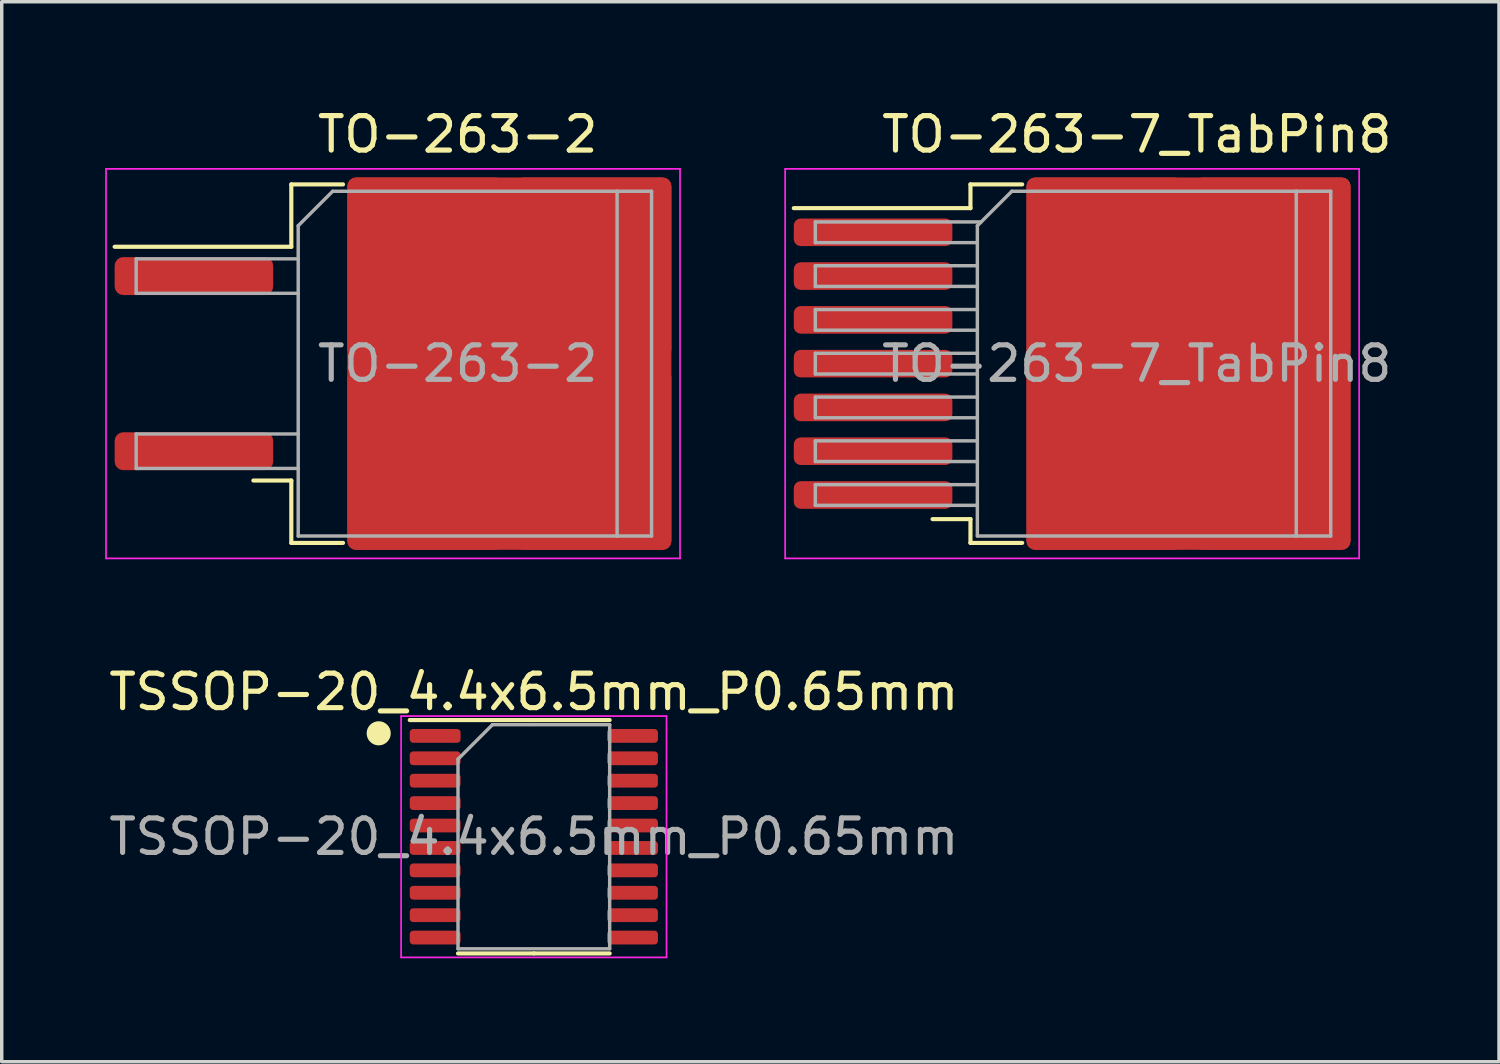
<source format=kicad_pcb>
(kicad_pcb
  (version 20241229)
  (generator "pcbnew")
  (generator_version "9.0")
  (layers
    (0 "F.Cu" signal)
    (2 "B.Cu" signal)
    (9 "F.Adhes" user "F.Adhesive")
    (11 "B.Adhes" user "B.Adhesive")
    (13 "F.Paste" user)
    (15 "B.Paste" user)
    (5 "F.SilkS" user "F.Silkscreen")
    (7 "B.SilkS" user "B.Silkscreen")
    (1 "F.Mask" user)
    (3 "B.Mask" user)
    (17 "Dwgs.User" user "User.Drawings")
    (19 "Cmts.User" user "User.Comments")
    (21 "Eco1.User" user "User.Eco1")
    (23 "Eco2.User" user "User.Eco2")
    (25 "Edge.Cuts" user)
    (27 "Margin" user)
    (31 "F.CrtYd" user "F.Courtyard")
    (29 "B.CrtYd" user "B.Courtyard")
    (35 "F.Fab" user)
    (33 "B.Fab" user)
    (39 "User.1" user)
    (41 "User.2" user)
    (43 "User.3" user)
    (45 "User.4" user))
  (footprint "TO-263-2"
    (layer "F.Cu")
    (at 10.225 7.498)
    (property "Reference" "TO-263-2" (at 0 -6.65 0) (layer "F.SilkS") (effects (font (size 1 1) (thickness 0.15))))
    (attr smd)
    (fp_line (start -4.825 -5.2) (end -4.825 -3.39) (stroke (width 0.12) (type solid)) (layer "F.SilkS"))
    (fp_line (start -4.825 -3.39) (end -9.95 -3.39) (stroke (width 0.12) (type solid)) (layer "F.SilkS"))
    (fp_line (start -4.825 3.39) (end -5.925 3.39) (stroke (width 0.12) (type solid)) (layer "F.SilkS"))
    (fp_line (start -4.825 5.2) (end -4.825 3.39) (stroke (width 0.12) (type solid)) (layer "F.SilkS"))
    (fp_line (start -3.325 -5.2) (end -4.825 -5.2) (stroke (width 0.12) (type solid)) (layer "F.SilkS"))
    (fp_line (start -3.325 5.2) (end -4.825 5.2) (stroke (width 0.12) (type solid)) (layer "F.SilkS"))
    (fp_line (start -10.2 -5.65) (end -10.2 5.65) (stroke (width 0.05) (type solid)) (layer "F.CrtYd"))
    (fp_line (start -10.2 5.65) (end 6.45 5.65) (stroke (width 0.05) (type solid)) (layer "F.CrtYd"))
    (fp_line (start 6.45 -5.65) (end -10.2 -5.65) (stroke (width 0.05) (type solid)) (layer "F.CrtYd"))
    (fp_line (start 6.45 5.65) (end 6.45 -5.65) (stroke (width 0.05) (type solid)) (layer "F.CrtYd"))
    (fp_line (start -9.325 -3.04) (end -9.325 -2.04) (stroke (width 0.1) (type solid)) (layer "F.Fab"))
    (fp_line (start -9.325 -2.04) (end -4.625 -2.04) (stroke (width 0.1) (type solid)) (layer "F.Fab"))
    (fp_line (start -9.325 2.04) (end -9.325 3.04) (stroke (width 0.1) (type solid)) (layer "F.Fab"))
    (fp_line (start -9.325 3.04) (end -4.625 3.04) (stroke (width 0.1) (type solid)) (layer "F.Fab"))
    (fp_line (start -4.625 -4) (end -3.625 -5) (stroke (width 0.1) (type solid)) (layer "F.Fab"))
    (fp_line (start -4.625 -3.04) (end -9.325 -3.04) (stroke (width 0.1) (type solid)) (layer "F.Fab"))
    (fp_line (start -4.625 2.04) (end -9.325 2.04) (stroke (width 0.1) (type solid)) (layer "F.Fab"))
    (fp_line (start -4.625 5) (end -4.625 -4) (stroke (width 0.1) (type solid)) (layer "F.Fab"))
    (fp_line (start -3.625 -5) (end 4.625 -5) (stroke (width 0.1) (type solid)) (layer "F.Fab"))
    (fp_line (start 4.625 -5) (end 4.625 5) (stroke (width 0.1) (type solid)) (layer "F.Fab"))
    (fp_line (start 4.625 -5) (end 5.625 -5) (stroke (width 0.1) (type solid)) (layer "F.Fab"))
    (fp_line (start 4.625 5) (end -4.625 5) (stroke (width 0.1) (type solid)) (layer "F.Fab"))
    (fp_line (start 5.625 -5) (end 5.625 5) (stroke (width 0.1) (type solid)) (layer "F.Fab"))
    (fp_line (start 5.625 5) (end 4.625 5) (stroke (width 0.1) (type solid)) (layer "F.Fab"))
    (fp_text user "${REFERENCE}" (at 0 0 0) (layer "F.Fab") (effects (font (size 1 1) (thickness 0.15))))
    (pad "1" smd roundrect (at -7.65 -2.54) (size 4.6 1.1) (layers "F.Cu" "F.Mask" "F.Paste") (roundrect_rratio 0.227))
    (pad "2" smd roundrect (at -0.925 -2.775) (size 4.55 5.25) (layers "F.Cu" "F.Paste") (roundrect_rratio 0.055))
    (pad "2" smd roundrect (at -0.925 2.775) (size 4.55 5.25) (layers "F.Cu" "F.Paste") (roundrect_rratio 0.055))
    (pad "2" smd roundrect (at 1.5 0) (size 9.4 10.8) (layers "F.Cu" "F.Mask") (roundrect_rratio 0.027))
    (pad "2" smd roundrect (at 3.925 -2.775) (size 4.55 5.25) (layers "F.Cu" "F.Paste") (roundrect_rratio 0.055))
    (pad "2" smd roundrect (at 3.925 2.775) (size 4.55 5.25) (layers "F.Cu" "F.Paste") (roundrect_rratio 0.055))
    (pad "3" smd roundrect (at -7.65 2.54) (size 4.6 1.1) (layers "F.Cu" "F.Mask" "F.Paste") (roundrect_rratio 0.227)))
  (footprint "TSSOP-20_4.4x6.5mm_P0.65mm"
    (layer "F.Cu")
    (at 12.435 21.221)
    (property "Reference" "TSSOP-20_4.4x6.5mm_P0.65mm" (at 0 -4.2 0) (layer "F.SilkS") (effects (font (size 1 1) (thickness 0.15))))
    (attr smd)
    (fp_line (start 0 -3.385) (end -3.6 -3.385) (stroke (width 0.12) (type solid)) (layer "F.SilkS"))
    (fp_line (start 0 -3.385) (end 2.2 -3.385) (stroke (width 0.12) (type solid)) (layer "F.SilkS"))
    (fp_line (start 0 3.385) (end -2.2 3.385) (stroke (width 0.12) (type solid)) (layer "F.SilkS"))
    (fp_line (start 0 3.385) (end 2.2 3.385) (stroke (width 0.12) (type solid)) (layer "F.SilkS"))
    (fp_circle (center -4.5 -3) (end -4.2 -3) (stroke (width 0.1) (type solid)) (fill yes) (layer "F.SilkS"))
    (fp_line (start -3.85 -3.5) (end -3.85 3.5) (stroke (width 0.05) (type solid)) (layer "F.CrtYd"))
    (fp_line (start -3.85 3.5) (end 3.85 3.5) (stroke (width 0.05) (type solid)) (layer "F.CrtYd"))
    (fp_line (start 3.85 -3.5) (end -3.85 -3.5) (stroke (width 0.05) (type solid)) (layer "F.CrtYd"))
    (fp_line (start 3.85 3.5) (end 3.85 -3.5) (stroke (width 0.05) (type solid)) (layer "F.CrtYd"))
    (fp_line (start -2.2 -2.25) (end -1.2 -3.25) (stroke (width 0.1) (type solid)) (layer "F.Fab"))
    (fp_line (start -2.2 3.25) (end -2.2 -2.25) (stroke (width 0.1) (type solid)) (layer "F.Fab"))
    (fp_line (start -1.2 -3.25) (end 2.2 -3.25) (stroke (width 0.1) (type solid)) (layer "F.Fab"))
    (fp_line (start 2.2 -3.25) (end 2.2 3.25) (stroke (width 0.1) (type solid)) (layer "F.Fab"))
    (fp_line (start 2.2 3.25) (end -2.2 3.25) (stroke (width 0.1) (type solid)) (layer "F.Fab"))
    (fp_text user "${REFERENCE}" (at 0 0 0) (layer "F.Fab") (effects (font (size 1 1) (thickness 0.15))))
    (pad "1" smd roundrect (at -2.862 -2.925) (size 1.475 0.4) (layers "F.Cu" "F.Mask" "F.Paste") (roundrect_rratio 0.25))
    (pad "2" smd roundrect (at -2.862 -2.275) (size 1.475 0.4) (layers "F.Cu" "F.Mask" "F.Paste") (roundrect_rratio 0.25))
    (pad "3" smd roundrect (at -2.862 -1.625) (size 1.475 0.4) (layers "F.Cu" "F.Mask" "F.Paste") (roundrect_rratio 0.25))
    (pad "4" smd roundrect (at -2.862 -0.975) (size 1.475 0.4) (layers "F.Cu" "F.Mask" "F.Paste") (roundrect_rratio 0.25))
    (pad "5" smd roundrect (at -2.862 -0.325) (size 1.475 0.4) (layers "F.Cu" "F.Mask" "F.Paste") (roundrect_rratio 0.25))
    (pad "6" smd roundrect (at -2.862 0.325) (size 1.475 0.4) (layers "F.Cu" "F.Mask" "F.Paste") (roundrect_rratio 0.25))
    (pad "7" smd roundrect (at -2.862 0.975) (size 1.475 0.4) (layers "F.Cu" "F.Mask" "F.Paste") (roundrect_rratio 0.25))
    (pad "8" smd roundrect (at -2.862 1.625) (size 1.475 0.4) (layers "F.Cu" "F.Mask" "F.Paste") (roundrect_rratio 0.25))
    (pad "9" smd roundrect (at -2.862 2.275) (size 1.475 0.4) (layers "F.Cu" "F.Mask" "F.Paste") (roundrect_rratio 0.25))
    (pad "10" smd roundrect (at -2.862 2.925) (size 1.475 0.4) (layers "F.Cu" "F.Mask" "F.Paste") (roundrect_rratio 0.25))
    (pad "11" smd roundrect (at 2.862 2.925) (size 1.475 0.4) (layers "F.Cu" "F.Mask" "F.Paste") (roundrect_rratio 0.25))
    (pad "12" smd roundrect (at 2.862 2.275) (size 1.475 0.4) (layers "F.Cu" "F.Mask" "F.Paste") (roundrect_rratio 0.25))
    (pad "13" smd roundrect (at 2.862 1.625) (size 1.475 0.4) (layers "F.Cu" "F.Mask" "F.Paste") (roundrect_rratio 0.25))
    (pad "14" smd roundrect (at 2.862 0.975) (size 1.475 0.4) (layers "F.Cu" "F.Mask" "F.Paste") (roundrect_rratio 0.25))
    (pad "15" smd roundrect (at 2.862 0.325) (size 1.475 0.4) (layers "F.Cu" "F.Mask" "F.Paste") (roundrect_rratio 0.25))
    (pad "16" smd roundrect (at 2.862 -0.325) (size 1.475 0.4) (layers "F.Cu" "F.Mask" "F.Paste") (roundrect_rratio 0.25))
    (pad "17" smd roundrect (at 2.862 -0.975) (size 1.475 0.4) (layers "F.Cu" "F.Mask" "F.Paste") (roundrect_rratio 0.25))
    (pad "18" smd roundrect (at 2.862 -1.625) (size 1.475 0.4) (layers "F.Cu" "F.Mask" "F.Paste") (roundrect_rratio 0.25))
    (pad "19" smd roundrect (at 2.862 -2.275) (size 1.475 0.4) (layers "F.Cu" "F.Mask" "F.Paste") (roundrect_rratio 0.25))
    (pad "20" smd roundrect (at 2.862 -2.925) (size 1.475 0.4) (layers "F.Cu" "F.Mask" "F.Paste") (roundrect_rratio 0.25)))
  (footprint "TO-263-7_TabPin8"
    (layer "F.Cu")
    (at 29.925 7.498)
    (property "Reference" "TO-263-7_TabPin8" (at 0 -6.65 0) (layer "F.SilkS") (effects (font (size 1 1) (thickness 0.15))))
    (attr smd)
    (fp_line (start -4.825 -5.2) (end -4.825 -4.51) (stroke (width 0.12) (type solid)) (layer "F.SilkS"))
    (fp_line (start -4.825 -4.51) (end -9.95 -4.51) (stroke (width 0.12) (type solid)) (layer "F.SilkS"))
    (fp_line (start -4.825 4.51) (end -5.925 4.51) (stroke (width 0.12) (type solid)) (layer "F.SilkS"))
    (fp_line (start -4.825 5.2) (end -4.825 4.51) (stroke (width 0.12) (type solid)) (layer "F.SilkS"))
    (fp_line (start -3.325 -5.2) (end -4.825 -5.2) (stroke (width 0.12) (type solid)) (layer "F.SilkS"))
    (fp_line (start -3.325 5.2) (end -4.825 5.2) (stroke (width 0.12) (type solid)) (layer "F.SilkS"))
    (fp_line (start -10.2 -5.65) (end -10.2 5.65) (stroke (width 0.05) (type solid)) (layer "F.CrtYd"))
    (fp_line (start -10.2 5.65) (end 6.45 5.65) (stroke (width 0.05) (type solid)) (layer "F.CrtYd"))
    (fp_line (start 6.45 -5.65) (end -10.2 -5.65) (stroke (width 0.05) (type solid)) (layer "F.CrtYd"))
    (fp_line (start 6.45 5.65) (end 6.45 -5.65) (stroke (width 0.05) (type solid)) (layer "F.CrtYd"))
    (fp_line (start -9.325 -4.11) (end -9.325 -3.51) (stroke (width 0.1) (type solid)) (layer "F.Fab"))
    (fp_line (start -9.325 -3.51) (end -4.625 -3.51) (stroke (width 0.1) (type solid)) (layer "F.Fab"))
    (fp_line (start -9.325 -2.84) (end -9.325 -2.24) (stroke (width 0.1) (type solid)) (layer "F.Fab"))
    (fp_line (start -9.325 -2.24) (end -4.625 -2.24) (stroke (width 0.1) (type solid)) (layer "F.Fab"))
    (fp_line (start -9.325 -1.57) (end -9.325 -0.97) (stroke (width 0.1) (type solid)) (layer "F.Fab"))
    (fp_line (start -9.325 -0.97) (end -4.625 -0.97) (stroke (width 0.1) (type solid)) (layer "F.Fab"))
    (fp_line (start -9.325 -0.3) (end -9.325 0.3) (stroke (width 0.1) (type solid)) (layer "F.Fab"))
    (fp_line (start -9.325 0.3) (end -4.625 0.3) (stroke (width 0.1) (type solid)) (layer "F.Fab"))
    (fp_line (start -9.325 0.97) (end -9.325 1.57) (stroke (width 0.1) (type solid)) (layer "F.Fab"))
    (fp_line (start -9.325 1.57) (end -4.625 1.57) (stroke (width 0.1) (type solid)) (layer "F.Fab"))
    (fp_line (start -9.325 2.24) (end -9.325 2.84) (stroke (width 0.1) (type solid)) (layer "F.Fab"))
    (fp_line (start -9.325 2.84) (end -4.625 2.84) (stroke (width 0.1) (type solid)) (layer "F.Fab"))
    (fp_line (start -9.325 3.51) (end -9.325 4.11) (stroke (width 0.1) (type solid)) (layer "F.Fab"))
    (fp_line (start -9.325 4.11) (end -4.625 4.11) (stroke (width 0.1) (type solid)) (layer "F.Fab"))
    (fp_line (start -4.625 -4) (end -3.625 -5) (stroke (width 0.1) (type solid)) (layer "F.Fab"))
    (fp_line (start -4.625 -2.84) (end -9.325 -2.84) (stroke (width 0.1) (type solid)) (layer "F.Fab"))
    (fp_line (start -4.625 -1.57) (end -9.325 -1.57) (stroke (width 0.1) (type solid)) (layer "F.Fab"))
    (fp_line (start -4.625 -0.3) (end -9.325 -0.3) (stroke (width 0.1) (type solid)) (layer "F.Fab"))
    (fp_line (start -4.625 0.97) (end -9.325 0.97) (stroke (width 0.1) (type solid)) (layer "F.Fab"))
    (fp_line (start -4.625 2.24) (end -9.325 2.24) (stroke (width 0.1) (type solid)) (layer "F.Fab"))
    (fp_line (start -4.625 3.51) (end -9.325 3.51) (stroke (width 0.1) (type solid)) (layer "F.Fab"))
    (fp_line (start -4.625 5) (end -4.625 -4) (stroke (width 0.1) (type solid)) (layer "F.Fab"))
    (fp_line (start -4.515 -4.11) (end -9.325 -4.11) (stroke (width 0.1) (type solid)) (layer "F.Fab"))
    (fp_line (start -3.625 -5) (end 4.625 -5) (stroke (width 0.1) (type solid)) (layer "F.Fab"))
    (fp_line (start 4.625 -5) (end 4.625 5) (stroke (width 0.1) (type solid)) (layer "F.Fab"))
    (fp_line (start 4.625 -5) (end 5.625 -5) (stroke (width 0.1) (type solid)) (layer "F.Fab"))
    (fp_line (start 4.625 5) (end -4.625 5) (stroke (width 0.1) (type solid)) (layer "F.Fab"))
    (fp_line (start 5.625 -5) (end 5.625 5) (stroke (width 0.1) (type solid)) (layer "F.Fab"))
    (fp_line (start 5.625 5) (end 4.625 5) (stroke (width 0.1) (type solid)) (layer "F.Fab"))
    (fp_text user "${REFERENCE}" (at 0 0 0) (layer "F.Fab") (effects (font (size 1 1) (thickness 0.15))))
    (pad "1" smd roundrect (at -7.65 -3.81) (size 4.6 0.8) (layers "F.Cu" "F.Mask" "F.Paste") (roundrect_rratio 0.25))
    (pad "2" smd roundrect (at -7.65 -2.54) (size 4.6 0.8) (layers "F.Cu" "F.Mask" "F.Paste") (roundrect_rratio 0.25))
    (pad "3" smd roundrect (at -7.65 -1.27) (size 4.6 0.8) (layers "F.Cu" "F.Mask" "F.Paste") (roundrect_rratio 0.25))
    (pad "4" smd roundrect (at -7.65 0) (size 4.6 0.8) (layers "F.Cu" "F.Mask" "F.Paste") (roundrect_rratio 0.25))
    (pad "5" smd roundrect (at -7.65 1.27) (size 4.6 0.8) (layers "F.Cu" "F.Mask" "F.Paste") (roundrect_rratio 0.25))
    (pad "6" smd roundrect (at -7.65 2.54) (size 4.6 0.8) (layers "F.Cu" "F.Mask" "F.Paste") (roundrect_rratio 0.25))
    (pad "7" smd roundrect (at -7.65 3.81) (size 4.6 0.8) (layers "F.Cu" "F.Mask" "F.Paste") (roundrect_rratio 0.25))
    (pad "8" smd roundrect (at -0.925 -2.775) (size 4.55 5.25) (layers "F.Cu" "F.Paste") (roundrect_rratio 0.055))
    (pad "8" smd roundrect (at -0.925 2.775) (size 4.55 5.25) (layers "F.Cu" "F.Paste") (roundrect_rratio 0.055))
    (pad "8" smd roundrect (at 1.5 0) (size 9.4 10.8) (layers "F.Cu" "F.Mask") (roundrect_rratio 0.027))
    (pad "8" smd roundrect (at 3.925 -2.775) (size 4.55 5.25) (layers "F.Cu" "F.Paste") (roundrect_rratio 0.055))
    (pad "8" smd roundrect (at 3.925 2.775) (size 4.55 5.25) (layers "F.Cu" "F.Paste") (roundrect_rratio 0.055)))
  (gr_rect
    (start -3 -3)
    (end 40.431 27.747)
    (stroke (width 0.1) (type default))
    (fill no)
    (layer "Edge.Cuts")))
</source>
